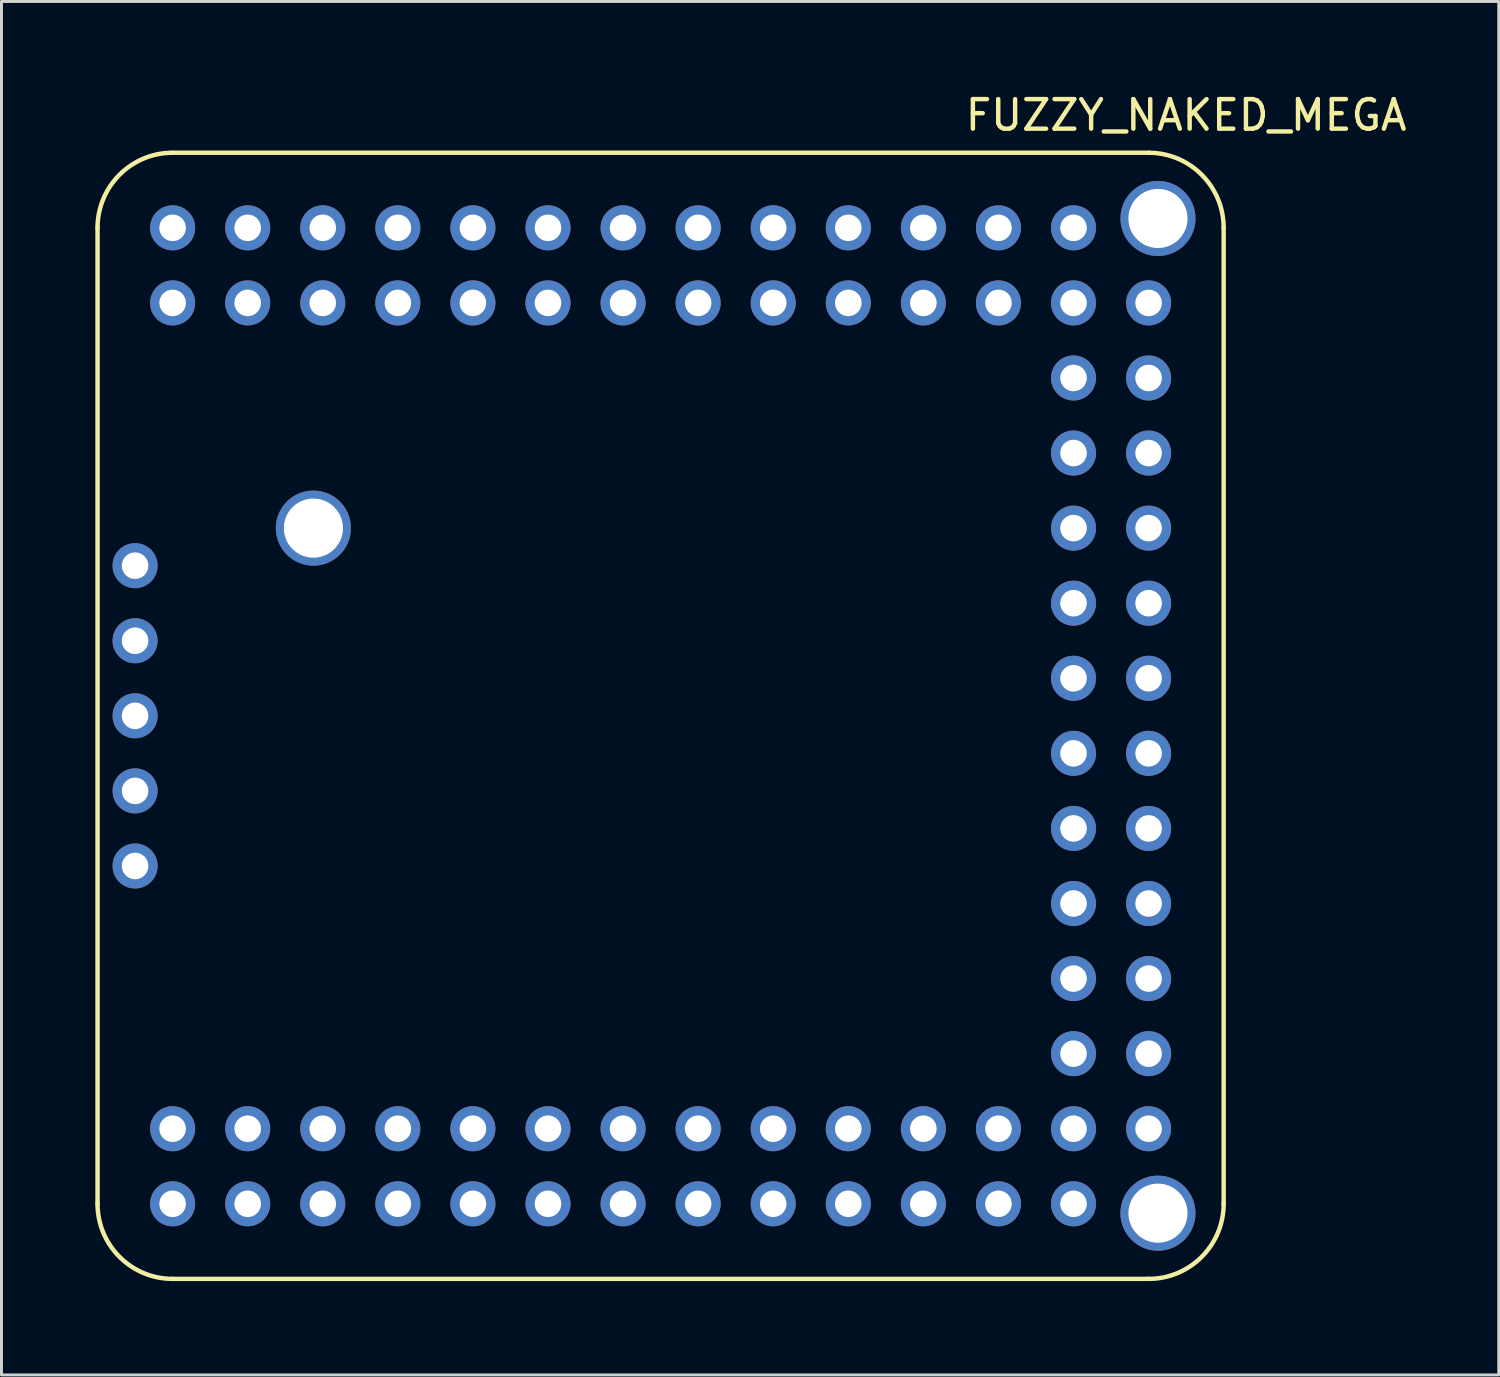
<source format=kicad_pcb>
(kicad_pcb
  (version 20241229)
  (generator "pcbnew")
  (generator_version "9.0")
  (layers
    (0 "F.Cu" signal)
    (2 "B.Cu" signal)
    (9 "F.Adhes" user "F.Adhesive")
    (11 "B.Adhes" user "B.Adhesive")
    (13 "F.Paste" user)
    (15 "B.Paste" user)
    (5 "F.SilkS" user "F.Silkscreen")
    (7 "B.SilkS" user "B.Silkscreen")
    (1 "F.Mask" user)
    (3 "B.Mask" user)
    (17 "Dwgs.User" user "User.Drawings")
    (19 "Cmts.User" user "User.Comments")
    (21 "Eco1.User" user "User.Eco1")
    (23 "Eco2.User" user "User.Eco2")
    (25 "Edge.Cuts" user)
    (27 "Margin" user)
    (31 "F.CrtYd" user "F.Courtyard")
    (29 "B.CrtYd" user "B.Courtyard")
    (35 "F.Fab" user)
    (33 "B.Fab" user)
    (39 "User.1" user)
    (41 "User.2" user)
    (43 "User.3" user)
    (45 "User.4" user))
  (footprint "FUZZY_NAKED_MEGA"
    (layer "F.Cu")
    (at 0.25 40.218)
    (property "Reference" "FUZZY_NAKED_MEGA" (at 36.83 -39.37 0) (layer "F.SilkS") (effects (font (size 1 1) (thickness 0.15))))
    (attr through_hole)
    (fp_line (start 0 -35.56) (end 0 -2.54) (stroke (width 0.15) (type solid)) (layer "F.SilkS"))
    (fp_line (start 2.54 0) (end 35.56 0) (stroke (width 0.15) (type solid)) (layer "F.SilkS"))
    (fp_line (start 35.56 -38.1) (end 2.54 -38.1) (stroke (width 0.15) (type solid)) (layer "F.SilkS"))
    (fp_line (start 38.1 -2.54) (end 38.1 -35.56) (stroke (width 0.15) (type solid)) (layer "F.SilkS"))
    (fp_arc (start 0 -35.56) (mid 0.743949 -37.356051) (end 2.54 -38.1) (stroke (width 0.15) (type solid)) (layer "F.SilkS"))
    (fp_arc (start 2.54 0) (mid 0.743949 -0.743949) (end 0 -2.54) (stroke (width 0.15) (type solid)) (layer "F.SilkS"))
    (fp_arc (start 35.56 -38.1) (mid 37.356051 -37.356051) (end 38.1 -35.56) (stroke (width 0.15) (type solid)) (layer "F.SilkS"))
    (fp_arc (start 38.1 -2.54) (mid 37.356051 -0.743949) (end 35.56 0) (stroke (width 0.15) (type solid)) (layer "F.SilkS"))
    (pad "" np_thru_hole circle (at 7.303 -25.4) (size 2.54 2.54) (drill 2) (layers "*.Cu" "*.Mask"))
    (pad "" np_thru_hole circle (at 35.877 -35.877) (size 2.54 2.54) (drill 2) (layers "*.Cu" "*.Mask"))
    (pad "" np_thru_hole circle (at 35.877 -2.223) (size 2.54 2.54) (drill 2) (layers "*.Cu" "*.Mask"))
    (pad "0" thru_hole circle (at 2.54 -2.54) (size 1.524 1.524) (drill 0.9) (layers "*.Cu" "*.Mask"))
    (pad "1" thru_hole circle (at 5.08 -2.54) (size 1.524 1.524) (drill 0.9) (layers "*.Cu" "*.Mask"))
    (pad "2" thru_hole circle (at 7.62 -2.54) (size 1.524 1.524) (drill 0.9) (layers "*.Cu" "*.Mask"))
    (pad "3" thru_hole circle (at 10.16 -2.54) (size 1.524 1.524) (drill 0.9) (layers "*.Cu" "*.Mask"))
    (pad "4" thru_hole circle (at 12.7 -2.54) (size 1.524 1.524) (drill 0.9) (layers "*.Cu" "*.Mask"))
    (pad "5" thru_hole circle (at 15.24 -2.54) (size 1.524 1.524) (drill 0.9) (layers "*.Cu" "*.Mask"))
    (pad "6" thru_hole circle (at 17.78 -2.54) (size 1.524 1.524) (drill 0.9) (layers "*.Cu" "*.Mask"))
    (pad "7" thru_hole circle (at 20.32 -2.54) (size 1.524 1.524) (drill 0.9) (layers "*.Cu" "*.Mask"))
    (pad "8" thru_hole circle (at 22.86 -2.54) (size 1.524 1.524) (drill 0.9) (layers "*.Cu" "*.Mask"))
    (pad "9" thru_hole circle (at 25.4 -2.54) (size 1.524 1.524) (drill 0.9) (layers "*.Cu" "*.Mask"))
    (pad "10" thru_hole circle (at 27.94 -2.54) (size 1.524 1.524) (drill 0.9) (layers "*.Cu" "*.Mask"))
    (pad "11" thru_hole circle (at 30.48 -2.54) (size 1.524 1.524) (drill 0.9) (layers "*.Cu" "*.Mask"))
    (pad "12" thru_hole circle (at 33.02 -2.54) (size 1.524 1.524) (drill 0.9) (layers "*.Cu" "*.Mask"))
    (pad "13" thru_hole circle (at 35.56 -5.08) (size 1.524 1.524) (drill 0.9) (layers "*.Cu" "*.Mask"))
    (pad "14" thru_hole circle (at 35.56 -7.62) (size 1.524 1.524) (drill 0.9) (layers "*.Cu" "*.Mask"))
    (pad "15" thru_hole circle (at 35.56 -10.16) (size 1.524 1.524) (drill 0.9) (layers "*.Cu" "*.Mask"))
    (pad "16" thru_hole circle (at 35.56 -12.7) (size 1.524 1.524) (drill 0.9) (layers "*.Cu" "*.Mask"))
    (pad "17" thru_hole circle (at 35.56 -15.24) (size 1.524 1.524) (drill 0.9) (layers "*.Cu" "*.Mask"))
    (pad "18" thru_hole circle (at 35.56 -17.78) (size 1.524 1.524) (drill 0.9) (layers "*.Cu" "*.Mask"))
    (pad "19" thru_hole circle (at 35.56 -20.32) (size 1.524 1.524) (drill 0.9) (layers "*.Cu" "*.Mask"))
    (pad "20" thru_hole circle (at 35.56 -22.86) (size 1.524 1.524) (drill 0.9) (layers "*.Cu" "*.Mask"))
    (pad "21" thru_hole circle (at 35.56 -25.4) (size 1.524 1.524) (drill 0.9) (layers "*.Cu" "*.Mask"))
    (pad "22" thru_hole circle (at 35.56 -27.94) (size 1.524 1.524) (drill 0.9) (layers "*.Cu" "*.Mask"))
    (pad "23" thru_hole circle (at 35.56 -30.48) (size 1.524 1.524) (drill 0.9) (layers "*.Cu" "*.Mask"))
    (pad "24" thru_hole circle (at 35.56 -33.02) (size 1.524 1.524) (drill 0.9) (layers "*.Cu" "*.Mask"))
    (pad "25" thru_hole circle (at 33.02 -35.56) (size 1.524 1.524) (drill 0.9) (layers "*.Cu" "*.Mask"))
    (pad "26" thru_hole circle (at 30.48 -35.56) (size 1.524 1.524) (drill 0.9) (layers "*.Cu" "*.Mask"))
    (pad "27" thru_hole circle (at 27.94 -35.56) (size 1.524 1.524) (drill 0.9) (layers "*.Cu" "*.Mask"))
    (pad "28" thru_hole circle (at 25.4 -35.56) (size 1.524 1.524) (drill 0.9) (layers "*.Cu" "*.Mask"))
    (pad "29" thru_hole circle (at 22.86 -35.56) (size 1.524 1.524) (drill 0.9) (layers "*.Cu" "*.Mask"))
    (pad "30" thru_hole circle (at 20.32 -35.56) (size 1.524 1.524) (drill 0.9) (layers "*.Cu" "*.Mask"))
    (pad "31" thru_hole circle (at 17.78 -35.56) (size 1.524 1.524) (drill 0.9) (layers "*.Cu" "*.Mask"))
    (pad "32" thru_hole circle (at 15.24 -35.56) (size 1.524 1.524) (drill 0.9) (layers "*.Cu" "*.Mask"))
    (pad "33" thru_hole circle (at 12.7 -35.56) (size 1.524 1.524) (drill 0.9) (layers "*.Cu" "*.Mask"))
    (pad "34" thru_hole circle (at 10.16 -35.56) (size 1.524 1.524) (drill 0.9) (layers "*.Cu" "*.Mask"))
    (pad "35" thru_hole circle (at 7.62 -35.56) (size 1.524 1.524) (drill 0.9) (layers "*.Cu" "*.Mask"))
    (pad "36" thru_hole circle (at 5.08 -35.56) (size 1.524 1.524) (drill 0.9) (layers "*.Cu" "*.Mask"))
    (pad "37" thru_hole circle (at 2.54 -35.56) (size 1.524 1.524) (drill 0.9) (layers "*.Cu" "*.Mask"))
    (pad "38" thru_hole circle (at 1.27 -24.13) (size 1.524 1.524) (drill 0.9) (layers "*.Cu" "*.Mask"))
    (pad "39" thru_hole circle (at 1.27 -21.59) (size 1.524 1.524) (drill 0.9) (layers "*.Cu" "*.Mask"))
    (pad "40" thru_hole circle (at 1.27 -19.05) (size 1.524 1.524) (drill 0.9) (layers "*.Cu" "*.Mask"))
    (pad "41" thru_hole circle (at 1.27 -16.51) (size 1.524 1.524) (drill 0.9) (layers "*.Cu" "*.Mask"))
    (pad "42" thru_hole circle (at 1.27 -13.97) (size 1.524 1.524) (drill 0.9) (layers "*.Cu" "*.Mask"))
    (pad "43" thru_hole circle (at 2.54 -5.08) (size 1.524 1.524) (drill 0.9) (layers "*.Cu" "*.Mask"))
    (pad "44" thru_hole circle (at 5.08 -5.08) (size 1.524 1.524) (drill 0.9) (layers "*.Cu" "*.Mask"))
    (pad "45" thru_hole circle (at 7.62 -5.08) (size 1.524 1.524) (drill 0.9) (layers "*.Cu" "*.Mask"))
    (pad "46" thru_hole circle (at 10.16 -5.08) (size 1.524 1.524) (drill 0.9) (layers "*.Cu" "*.Mask"))
    (pad "47" thru_hole circle (at 12.7 -5.08) (size 1.524 1.524) (drill 0.9) (layers "*.Cu" "*.Mask"))
    (pad "48" thru_hole circle (at 15.24 -5.08) (size 1.524 1.524) (drill 0.9) (layers "*.Cu" "*.Mask"))
    (pad "49" thru_hole circle (at 17.78 -5.08) (size 1.524 1.524) (drill 0.9) (layers "*.Cu" "*.Mask"))
    (pad "50" thru_hole circle (at 20.32 -5.08) (size 1.524 1.524) (drill 0.9) (layers "*.Cu" "*.Mask"))
    (pad "51" thru_hole circle (at 22.86 -5.08) (size 1.524 1.524) (drill 0.9) (layers "*.Cu" "*.Mask"))
    (pad "52" thru_hole circle (at 25.4 -5.08) (size 1.524 1.524) (drill 0.9) (layers "*.Cu" "*.Mask"))
    (pad "53" thru_hole circle (at 27.94 -5.08) (size 1.524 1.524) (drill 0.9) (layers "*.Cu" "*.Mask"))
    (pad "54" thru_hole circle (at 30.48 -5.08) (size 1.524 1.524) (drill 0.9) (layers "*.Cu" "*.Mask"))
    (pad "55" thru_hole circle (at 33.02 -5.08) (size 1.524 1.524) (drill 0.9) (layers "*.Cu" "*.Mask"))
    (pad "56" thru_hole circle (at 33.02 -7.62) (size 1.524 1.524) (drill 0.9) (layers "*.Cu" "*.Mask"))
    (pad "57" thru_hole circle (at 33.02 -10.16) (size 1.524 1.524) (drill 0.9) (layers "*.Cu" "*.Mask"))
    (pad "58" thru_hole circle (at 33.02 -12.7) (size 1.524 1.524) (drill 0.9) (layers "*.Cu" "*.Mask"))
    (pad "59" thru_hole circle (at 33.02 -15.24) (size 1.524 1.524) (drill 0.9) (layers "*.Cu" "*.Mask"))
    (pad "60" thru_hole circle (at 33.02 -17.78) (size 1.524 1.524) (drill 0.9) (layers "*.Cu" "*.Mask"))
    (pad "61" thru_hole circle (at 33.02 -20.32) (size 1.524 1.524) (drill 0.9) (layers "*.Cu" "*.Mask"))
    (pad "62" thru_hole circle (at 33.02 -22.86) (size 1.524 1.524) (drill 0.9) (layers "*.Cu" "*.Mask"))
    (pad "63" thru_hole circle (at 33.02 -25.4) (size 1.524 1.524) (drill 0.9) (layers "*.Cu" "*.Mask"))
    (pad "64" thru_hole circle (at 33.02 -27.94) (size 1.524 1.524) (drill 0.9) (layers "*.Cu" "*.Mask"))
    (pad "65" thru_hole circle (at 33.02 -30.48) (size 1.524 1.524) (drill 0.9) (layers "*.Cu" "*.Mask"))
    (pad "66" thru_hole circle (at 33.02 -33.02) (size 1.524 1.524) (drill 0.9) (layers "*.Cu" "*.Mask"))
    (pad "67" thru_hole circle (at 30.48 -33.02) (size 1.524 1.524) (drill 0.9) (layers "*.Cu" "*.Mask"))
    (pad "68" thru_hole circle (at 27.94 -33.02) (size 1.524 1.524) (drill 0.9) (layers "*.Cu" "*.Mask"))
    (pad "69" thru_hole circle (at 25.4 -33.02) (size 1.524 1.524) (drill 0.9) (layers "*.Cu" "*.Mask"))
    (pad "70" thru_hole circle (at 22.86 -33.02) (size 1.524 1.524) (drill 0.9) (layers "*.Cu" "*.Mask"))
    (pad "71" thru_hole circle (at 20.32 -33.02) (size 1.524 1.524) (drill 0.9) (layers "*.Cu" "*.Mask"))
    (pad "72" thru_hole circle (at 17.78 -33.02) (size 1.524 1.524) (drill 0.9) (layers "*.Cu" "*.Mask"))
    (pad "73" thru_hole circle (at 15.24 -33.02) (size 1.524 1.524) (drill 0.9) (layers "*.Cu" "*.Mask"))
    (pad "74" thru_hole circle (at 12.7 -33.02) (size 1.524 1.524) (drill 0.9) (layers "*.Cu" "*.Mask"))
    (pad "75" thru_hole circle (at 10.16 -33.02) (size 1.524 1.524) (drill 0.9) (layers "*.Cu" "*.Mask"))
    (pad "76" thru_hole circle (at 7.62 -33.02) (size 1.524 1.524) (drill 0.9) (layers "*.Cu" "*.Mask"))
    (pad "77" thru_hole circle (at 5.08 -33.02) (size 1.524 1.524) (drill 0.9) (layers "*.Cu" "*.Mask"))
    (pad "78" thru_hole circle (at 2.54 -33.02) (size 1.524 1.524) (drill 0.9) (layers "*.Cu" "*.Mask")))
  (gr_rect
    (start -3 -3)
    (end 47.657 43.468)
    (stroke (width 0.1) (type default))
    (fill no)
    (layer "Edge.Cuts")))
</source>
